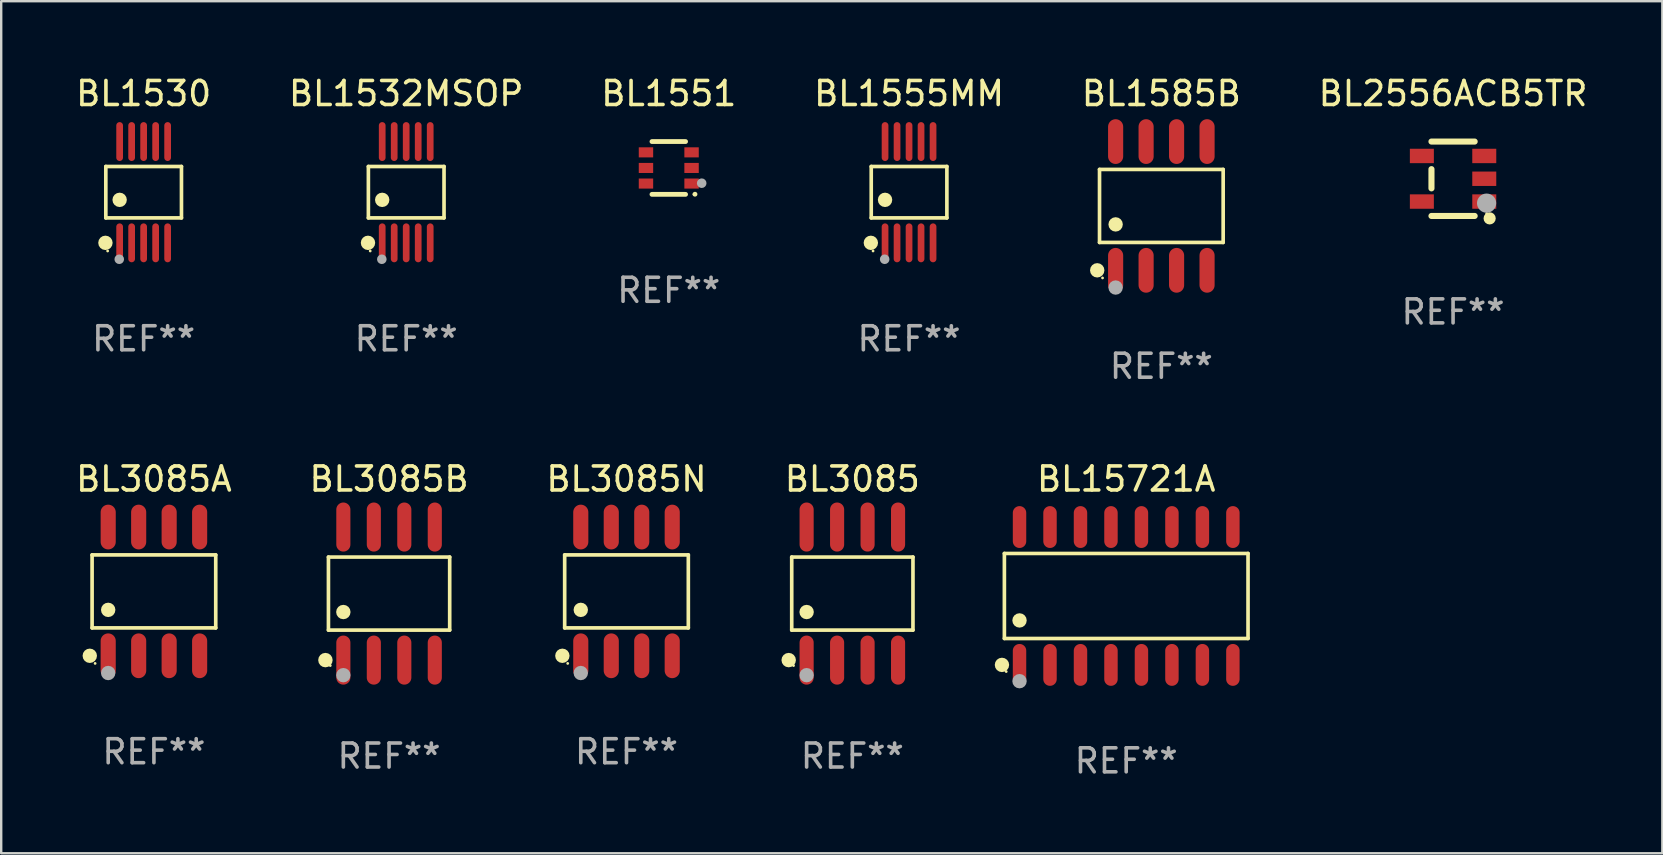
<source format=kicad_pcb>
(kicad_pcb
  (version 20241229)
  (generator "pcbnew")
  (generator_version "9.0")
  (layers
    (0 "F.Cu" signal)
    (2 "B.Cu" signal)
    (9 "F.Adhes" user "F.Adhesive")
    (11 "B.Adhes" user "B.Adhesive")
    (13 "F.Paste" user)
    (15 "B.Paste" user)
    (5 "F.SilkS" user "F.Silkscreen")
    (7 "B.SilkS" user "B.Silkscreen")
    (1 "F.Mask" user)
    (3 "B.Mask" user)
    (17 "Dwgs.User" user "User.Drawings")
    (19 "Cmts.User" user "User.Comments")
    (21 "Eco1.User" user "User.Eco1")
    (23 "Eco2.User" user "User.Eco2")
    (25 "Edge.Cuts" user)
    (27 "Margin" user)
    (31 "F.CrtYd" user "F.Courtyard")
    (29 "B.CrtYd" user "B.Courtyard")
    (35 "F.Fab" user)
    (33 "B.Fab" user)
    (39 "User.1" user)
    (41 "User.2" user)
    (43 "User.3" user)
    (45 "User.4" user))
  (footprint "BL3085N"
    (layer "F.Cu")
    (at 23.054 21.592)
    (property "Reference" "BL3085N" (at 0 -4.682 0) (layer "F.SilkS") (effects (font (size 1 1) (thickness 0.15))))
    (attr through_hole)
    (fp_line (start -2.576 -1.521) (end 2.576 -1.521) (stroke (width 0.152) (type solid)) (layer "F.SilkS"))
    (fp_line (start -2.576 1.521) (end -2.576 -1.521) (stroke (width 0.152) (type solid)) (layer "F.SilkS"))
    (fp_line (start 2.576 -1.521) (end 2.576 1.521) (stroke (width 0.152) (type solid)) (layer "F.SilkS"))
    (fp_line (start 2.576 1.521) (end -2.576 1.521) (stroke (width 0.152) (type solid)) (layer "F.SilkS"))
    (fp_circle (center -2.672 2.682) (end -2.522 2.682) (stroke (width 0.3) (type solid)) (fill no) (layer "F.SilkS"))
    (fp_circle (center -2.45 3) (end -2.42 3) (stroke (width 0.06) (type solid)) (fill no) (layer "F.SilkS"))
    (fp_circle (center -1.905 0.769) (end -1.755 0.769) (stroke (width 0.3) (type solid)) (fill no) (layer "F.SilkS"))
    (fp_circle (center -1.905 3.4) (end -1.755 3.4) (stroke (width 0.3) (type solid)) (fill no) (layer "F.Fab"))
    (fp_text user "REF**" (at 0 6.682 0) (layer "F.Fab") (effects (font (size 1 1) (thickness 0.15))))
    (pad "1" smd oval (at -1.905 2.682) (size 0.63 1.865) (layers "F.Cu" "F.Mask" "F.Paste"))
    (pad "2" smd oval (at -0.635 2.682) (size 0.63 1.865) (layers "F.Cu" "F.Mask" "F.Paste"))
    (pad "3" smd oval (at 0.635 2.682) (size 0.63 1.865) (layers "F.Cu" "F.Mask" "F.Paste"))
    (pad "4" smd oval (at 1.905 2.682) (size 0.63 1.865) (layers "F.Cu" "F.Mask" "F.Paste"))
    (pad "5" smd oval (at 1.905 -2.682) (size 0.63 1.865) (layers "F.Cu" "F.Mask" "F.Paste"))
    (pad "6" smd oval (at 0.635 -2.682) (size 0.63 1.865) (layers "F.Cu" "F.Mask" "F.Paste"))
    (pad "7" smd oval (at -0.635 -2.682) (size 0.63 1.865) (layers "F.Cu" "F.Mask" "F.Paste"))
    (pad "8" smd oval (at -1.905 -2.682) (size 0.63 1.865) (layers "F.Cu" "F.Mask" "F.Paste")))
  (footprint "BL1551"
    (layer "F.Cu")
    (at 24.815 3.948)
    (property "Reference" "BL1551" (at 0 -3.1 0) (layer "F.SilkS") (effects (font (size 1 1) (thickness 0.15))))
    (attr through_hole)
    (fp_line (start -0.7 -1.1) (end 0.7 -1.1) (stroke (width 0.2) (type solid)) (layer "F.SilkS"))
    (fp_line (start -0.7 1.1) (end 0.7 1.1) (stroke (width 0.2) (type solid)) (layer "F.SilkS"))
    (fp_arc (start 1.090932 1.094209) (mid 1.092202 1.094203) (end 1.093472 1.094209) (stroke (width 0.2) (type solid)) (layer "F.SilkS"))
    (fp_circle (center 1.053 1.1) (end 1.083 1.1) (stroke (width 0.06) (type solid)) (fill no) (layer "F.SilkS"))
    (fp_circle (center 1.372 0.635) (end 1.472 0.635) (stroke (width 0.2) (type solid)) (fill no) (layer "F.Fab"))
    (fp_text user "REF**" (at 0 5.1 0) (layer "F.Fab") (effects (font (size 1 1) (thickness 0.15))))
    (pad "1" smd rect (at 0.95 0.65 90) (size 0.42 0.6) (layers "F.Cu" "F.Mask" "F.Paste"))
    (pad "2" smd rect (at 0.95 0 90) (size 0.42 0.6) (layers "F.Cu" "F.Mask" "F.Paste"))
    (pad "3" smd rect (at 0.95 -0.65 90) (size 0.42 0.6) (layers "F.Cu" "F.Mask" "F.Paste"))
    (pad "4" smd rect (at -0.95 -0.65 270) (size 0.42 0.6) (layers "F.Cu" "F.Mask" "F.Paste"))
    (pad "5" smd rect (at -0.95 0 270) (size 0.42 0.6) (layers "F.Cu" "F.Mask" "F.Paste"))
    (pad "6" smd rect (at -0.95 0.65 270) (size 0.42 0.6) (layers "F.Cu" "F.Mask" "F.Paste")))
  (footprint "BL3085B"
    (layer "F.Cu")
    (at 13.161 21.682)
    (property "Reference" "BL3085B" (at 0 -4.772 0) (layer "F.SilkS") (effects (font (size 1 1) (thickness 0.15))))
    (attr through_hole)
    (fp_line (start -2.526 -1.521) (end 2.526 -1.521) (stroke (width 0.152) (type solid)) (layer "F.SilkS"))
    (fp_line (start -2.526 1.521) (end -2.526 -1.521) (stroke (width 0.152) (type solid)) (layer "F.SilkS"))
    (fp_line (start 2.526 -1.521) (end 2.526 1.521) (stroke (width 0.152) (type solid)) (layer "F.SilkS"))
    (fp_line (start 2.526 1.521) (end -2.526 1.521) (stroke (width 0.152) (type solid)) (layer "F.SilkS"))
    (fp_circle (center -2.652 2.772) (end -2.501 2.772) (stroke (width 0.3) (type solid)) (fill no) (layer "F.SilkS"))
    (fp_circle (center -2.45 3) (end -2.42 3) (stroke (width 0.06) (type solid)) (fill no) (layer "F.SilkS"))
    (fp_circle (center -1.905 0.769) (end -1.755 0.769) (stroke (width 0.3) (type solid)) (fill no) (layer "F.SilkS"))
    (fp_circle (center -1.905 3.4) (end -1.755 3.4) (stroke (width 0.3) (type solid)) (fill no) (layer "F.Fab"))
    (fp_text user "REF**" (at 0 6.772 0) (layer "F.Fab") (effects (font (size 1 1) (thickness 0.15))))
    (pad "1" smd oval (at -1.905 2.772) (size 0.588 2.045) (layers "F.Cu" "F.Mask" "F.Paste"))
    (pad "2" smd oval (at -0.635 2.772) (size 0.588 2.045) (layers "F.Cu" "F.Mask" "F.Paste"))
    (pad "3" smd oval (at 0.635 2.772) (size 0.588 2.045) (layers "F.Cu" "F.Mask" "F.Paste"))
    (pad "4" smd oval (at 1.905 2.772) (size 0.588 2.045) (layers "F.Cu" "F.Mask" "F.Paste"))
    (pad "5" smd oval (at 1.905 -2.772) (size 0.588 2.045) (layers "F.Cu" "F.Mask" "F.Paste"))
    (pad "6" smd oval (at 0.635 -2.772) (size 0.588 2.045) (layers "F.Cu" "F.Mask" "F.Paste"))
    (pad "7" smd oval (at -0.635 -2.772) (size 0.588 2.045) (layers "F.Cu" "F.Mask" "F.Paste"))
    (pad "8" smd oval (at -1.905 -2.772) (size 0.588 2.045) (layers "F.Cu" "F.Mask" "F.Paste")))
  (footprint "BL1532MSOP"
    (layer "F.Cu")
    (at 13.875 4.958)
    (property "Reference" "BL1532MSOP" (at 0 -4.11 0) (layer "F.SilkS") (effects (font (size 1 1) (thickness 0.15))))
    (attr through_hole)
    (fp_line (start -1.576 -1.071) (end 1.576 -1.071) (stroke (width 0.152) (type solid)) (layer "F.SilkS"))
    (fp_line (start -1.576 1.071) (end -1.576 -1.071) (stroke (width 0.152) (type solid)) (layer "F.SilkS"))
    (fp_line (start 1.576 -1.071) (end 1.576 1.071) (stroke (width 0.152) (type solid)) (layer "F.SilkS"))
    (fp_line (start 1.576 1.071) (end -1.576 1.071) (stroke (width 0.152) (type solid)) (layer "F.SilkS"))
    (fp_circle (center -1.592 2.11) (end -1.442 2.11) (stroke (width 0.3) (type solid)) (fill no) (layer "F.SilkS"))
    (fp_circle (center -1.5 2.45) (end -1.47 2.45) (stroke (width 0.06) (type solid)) (fill no) (layer "F.SilkS"))
    (fp_circle (center -1 0.319) (end -0.85 0.319) (stroke (width 0.3) (type solid)) (fill no) (layer "F.SilkS"))
    (fp_circle (center -1.016 2.794) (end -0.916 2.794) (stroke (width 0.2) (type solid)) (fill no) (layer "F.Fab"))
    (fp_text user "REF**" (at 0 6.11 0) (layer "F.Fab") (effects (font (size 1 1) (thickness 0.15))))
    (pad "1" smd oval (at -1 2.11) (size 0.28 1.62) (layers "F.Cu" "F.Mask" "F.Paste"))
    (pad "2" smd oval (at -0.5 2.11) (size 0.28 1.62) (layers "F.Cu" "F.Mask" "F.Paste"))
    (pad "3" smd oval (at 0 2.11) (size 0.28 1.62) (layers "F.Cu" "F.Mask" "F.Paste"))
    (pad "4" smd oval (at 0.5 2.11) (size 0.28 1.62) (layers "F.Cu" "F.Mask" "F.Paste"))
    (pad "5" smd oval (at 1 2.11) (size 0.28 1.62) (layers "F.Cu" "F.Mask" "F.Paste"))
    (pad "6" smd oval (at 1 -2.11) (size 0.28 1.62) (layers "F.Cu" "F.Mask" "F.Paste"))
    (pad "7" smd oval (at 0.5 -2.11) (size 0.28 1.62) (layers "F.Cu" "F.Mask" "F.Paste"))
    (pad "8" smd oval (at 0 -2.11) (size 0.28 1.62) (layers "F.Cu" "F.Mask" "F.Paste"))
    (pad "9" smd oval (at -0.5 -2.11) (size 0.28 1.62) (layers "F.Cu" "F.Mask" "F.Paste"))
    (pad "10" smd oval (at -1 -2.11) (size 0.28 1.62) (layers "F.Cu" "F.Mask" "F.Paste")))
  (footprint "BL3085"
    (layer "F.Cu")
    (at 32.464 21.682)
    (property "Reference" "BL3085" (at 0 -4.772 0) (layer "F.SilkS") (effects (font (size 1 1) (thickness 0.15))))
    (attr through_hole)
    (fp_line (start -2.526 -1.521) (end 2.526 -1.521) (stroke (width 0.152) (type solid)) (layer "F.SilkS"))
    (fp_line (start -2.526 1.521) (end -2.526 -1.521) (stroke (width 0.152) (type solid)) (layer "F.SilkS"))
    (fp_line (start 2.526 -1.521) (end 2.526 1.521) (stroke (width 0.152) (type solid)) (layer "F.SilkS"))
    (fp_line (start 2.526 1.521) (end -2.526 1.521) (stroke (width 0.152) (type solid)) (layer "F.SilkS"))
    (fp_circle (center -2.652 2.772) (end -2.501 2.772) (stroke (width 0.3) (type solid)) (fill no) (layer "F.SilkS"))
    (fp_circle (center -2.45 3) (end -2.42 3) (stroke (width 0.06) (type solid)) (fill no) (layer "F.SilkS"))
    (fp_circle (center -1.905 0.769) (end -1.755 0.769) (stroke (width 0.3) (type solid)) (fill no) (layer "F.SilkS"))
    (fp_circle (center -1.905 3.4) (end -1.755 3.4) (stroke (width 0.3) (type solid)) (fill no) (layer "F.Fab"))
    (fp_text user "REF**" (at 0 6.772 0) (layer "F.Fab") (effects (font (size 1 1) (thickness 0.15))))
    (pad "1" smd oval (at -1.905 2.772) (size 0.588 2.045) (layers "F.Cu" "F.Mask" "F.Paste"))
    (pad "2" smd oval (at -0.635 2.772) (size 0.588 2.045) (layers "F.Cu" "F.Mask" "F.Paste"))
    (pad "3" smd oval (at 0.635 2.772) (size 0.588 2.045) (layers "F.Cu" "F.Mask" "F.Paste"))
    (pad "4" smd oval (at 1.905 2.772) (size 0.588 2.045) (layers "F.Cu" "F.Mask" "F.Paste"))
    (pad "5" smd oval (at 1.905 -2.772) (size 0.588 2.045) (layers "F.Cu" "F.Mask" "F.Paste"))
    (pad "6" smd oval (at 0.635 -2.772) (size 0.588 2.045) (layers "F.Cu" "F.Mask" "F.Paste"))
    (pad "7" smd oval (at -0.635 -2.772) (size 0.588 2.045) (layers "F.Cu" "F.Mask" "F.Paste"))
    (pad "8" smd oval (at -1.905 -2.772) (size 0.588 2.045) (layers "F.Cu" "F.Mask" "F.Paste")))
  (footprint "BL1585B"
    (layer "F.Cu")
    (at 45.339 5.531)
    (property "Reference" "BL1585B" (at 0 -4.682 0) (layer "F.SilkS") (effects (font (size 1 1) (thickness 0.15))))
    (attr through_hole)
    (fp_line (start -2.576 -1.521) (end 2.576 -1.521) (stroke (width 0.152) (type solid)) (layer "F.SilkS"))
    (fp_line (start -2.576 1.521) (end -2.576 -1.521) (stroke (width 0.152) (type solid)) (layer "F.SilkS"))
    (fp_line (start 2.576 -1.521) (end 2.576 1.521) (stroke (width 0.152) (type solid)) (layer "F.SilkS"))
    (fp_line (start 2.576 1.521) (end -2.576 1.521) (stroke (width 0.152) (type solid)) (layer "F.SilkS"))
    (fp_circle (center -2.672 2.682) (end -2.522 2.682) (stroke (width 0.3) (type solid)) (fill no) (layer "F.SilkS"))
    (fp_circle (center -2.45 3) (end -2.42 3) (stroke (width 0.06) (type solid)) (fill no) (layer "F.SilkS"))
    (fp_circle (center -1.905 0.769) (end -1.755 0.769) (stroke (width 0.3) (type solid)) (fill no) (layer "F.SilkS"))
    (fp_circle (center -1.905 3.4) (end -1.755 3.4) (stroke (width 0.3) (type solid)) (fill no) (layer "F.Fab"))
    (fp_text user "REF**" (at 0 6.682 0) (layer "F.Fab") (effects (font (size 1 1) (thickness 0.15))))
    (pad "1" smd oval (at -1.905 2.682) (size 0.63 1.865) (layers "F.Cu" "F.Mask" "F.Paste"))
    (pad "2" smd oval (at -0.635 2.682) (size 0.63 1.865) (layers "F.Cu" "F.Mask" "F.Paste"))
    (pad "3" smd oval (at 0.635 2.682) (size 0.63 1.865) (layers "F.Cu" "F.Mask" "F.Paste"))
    (pad "4" smd oval (at 1.905 2.682) (size 0.63 1.865) (layers "F.Cu" "F.Mask" "F.Paste"))
    (pad "5" smd oval (at 1.905 -2.682) (size 0.63 1.865) (layers "F.Cu" "F.Mask" "F.Paste"))
    (pad "6" smd oval (at 0.635 -2.682) (size 0.63 1.865) (layers "F.Cu" "F.Mask" "F.Paste"))
    (pad "7" smd oval (at -0.635 -2.682) (size 0.63 1.865) (layers "F.Cu" "F.Mask" "F.Paste"))
    (pad "8" smd oval (at -1.905 -2.682) (size 0.63 1.865) (layers "F.Cu" "F.Mask" "F.Paste")))
  (footprint "BL2556ACB5TR"
    (layer "F.Cu")
    (at 57.494 4.398)
    (property "Reference" "BL2556ACB5TR" (at 0 -3.55 0) (layer "F.SilkS") (effects (font (size 1 1) (thickness 0.15))))
    (attr through_hole)
    (fp_line (start -0.9 -1.55) (end 0.9 -1.55) (stroke (width 0.254) (type solid)) (layer "F.SilkS"))
    (fp_line (start -0.9 0.4) (end -0.9 -0.4) (stroke (width 0.254) (type solid)) (layer "F.SilkS"))
    (fp_line (start -0.9 1.55) (end 0.9 1.55) (stroke (width 0.254) (type solid)) (layer "F.SilkS"))
    (fp_circle (center 1.4 1.45) (end 1.43 1.45) (stroke (width 0.06) (type solid)) (fill no) (layer "F.SilkS"))
    (fp_circle (center 1.524 1.651) (end 1.651 1.651) (stroke (width 0.254) (type solid)) (fill no) (layer "F.SilkS"))
    (fp_circle (center 1.397 1.016) (end 1.597 1.016) (stroke (width 0.4) (type solid)) (fill no) (layer "F.Fab"))
    (fp_text user "REF**" (at 0 5.55 0) (layer "F.Fab") (effects (font (size 1 1) (thickness 0.15))))
    (pad "1" smd rect (at 1.3 0.95) (size 1 0.6) (layers "F.Cu" "F.Mask" "F.Paste"))
    (pad "2" smd rect (at 1.3 -0.000051) (size 1 0.6) (layers "F.Cu" "F.Mask" "F.Paste"))
    (pad "3" smd rect (at 1.3 -0.95) (size 1 0.6) (layers "F.Cu" "F.Mask" "F.Paste"))
    (pad "4" smd rect (at -1.3 -0.95) (size 1 0.6) (layers "F.Cu" "F.Mask" "F.Paste"))
    (pad "5" smd rect (at -1.3 0.95) (size 1 0.6) (layers "F.Cu" "F.Mask" "F.Paste")))
  (footprint "BL15721A"
    (layer "F.Cu")
    (at 43.875 21.782)
    (property "Reference" "BL15721A" (at 0 -4.872 0) (layer "F.SilkS") (effects (font (size 1 1) (thickness 0.15))))
    (attr through_hole)
    (fp_line (start -5.076 -1.771) (end 5.076 -1.771) (stroke (width 0.152) (type solid)) (layer "F.SilkS"))
    (fp_line (start -5.076 1.771) (end -5.076 -1.771) (stroke (width 0.152) (type solid)) (layer "F.SilkS"))
    (fp_line (start 5.076 -1.771) (end 5.076 1.771) (stroke (width 0.152) (type solid)) (layer "F.SilkS"))
    (fp_line (start 5.076 1.771) (end -5.076 1.771) (stroke (width 0.152) (type solid)) (layer "F.SilkS"))
    (fp_circle (center -5.177 2.872) (end -5.027 2.872) (stroke (width 0.3) (type solid)) (fill no) (layer "F.SilkS"))
    (fp_circle (center -5 3.15) (end -4.97 3.15) (stroke (width 0.06) (type solid)) (fill no) (layer "F.SilkS"))
    (fp_circle (center -4.445 1.019) (end -4.295 1.019) (stroke (width 0.3) (type solid)) (fill no) (layer "F.SilkS"))
    (fp_circle (center -4.445 3.55) (end -4.295 3.55) (stroke (width 0.3) (type solid)) (fill no) (layer "F.Fab"))
    (fp_text user "REF**" (at 0 6.872 0) (layer "F.Fab") (effects (font (size 1 1) (thickness 0.15))))
    (pad "1" smd oval (at -4.445 2.872) (size 0.56 1.745) (layers "F.Cu" "F.Mask" "F.Paste"))
    (pad "2" smd oval (at -3.175 2.872) (size 0.56 1.745) (layers "F.Cu" "F.Mask" "F.Paste"))
    (pad "3" smd oval (at -1.905 2.872) (size 0.56 1.745) (layers "F.Cu" "F.Mask" "F.Paste"))
    (pad "4" smd oval (at -0.635 2.872) (size 0.56 1.745) (layers "F.Cu" "F.Mask" "F.Paste"))
    (pad "5" smd oval (at 0.635 2.872) (size 0.56 1.745) (layers "F.Cu" "F.Mask" "F.Paste"))
    (pad "6" smd oval (at 1.905 2.872) (size 0.56 1.745) (layers "F.Cu" "F.Mask" "F.Paste"))
    (pad "7" smd oval (at 3.175 2.872) (size 0.56 1.745) (layers "F.Cu" "F.Mask" "F.Paste"))
    (pad "8" smd oval (at 4.445 2.872) (size 0.56 1.745) (layers "F.Cu" "F.Mask" "F.Paste"))
    (pad "9" smd oval (at 4.445 -2.872) (size 0.56 1.745) (layers "F.Cu" "F.Mask" "F.Paste"))
    (pad "10" smd oval (at 3.175 -2.872) (size 0.56 1.745) (layers "F.Cu" "F.Mask" "F.Paste"))
    (pad "11" smd oval (at 1.905 -2.872) (size 0.56 1.745) (layers "F.Cu" "F.Mask" "F.Paste"))
    (pad "12" smd oval (at 0.635 -2.872) (size 0.56 1.745) (layers "F.Cu" "F.Mask" "F.Paste"))
    (pad "13" smd oval (at -0.635 -2.872) (size 0.56 1.745) (layers "F.Cu" "F.Mask" "F.Paste"))
    (pad "14" smd oval (at -1.905 -2.872) (size 0.56 1.745) (layers "F.Cu" "F.Mask" "F.Paste"))
    (pad "15" smd oval (at -3.175 -2.872) (size 0.56 1.745) (layers "F.Cu" "F.Mask" "F.Paste"))
    (pad "16" smd oval (at -4.445 -2.872) (size 0.56 1.745) (layers "F.Cu" "F.Mask" "F.Paste")))
  (footprint "BL3085A"
    (layer "F.Cu")
    (at 3.363 21.592)
    (property "Reference" "BL3085A" (at 0 -4.682 0) (layer "F.SilkS") (effects (font (size 1 1) (thickness 0.15))))
    (attr through_hole)
    (fp_line (start -2.576 -1.521) (end 2.576 -1.521) (stroke (width 0.152) (type solid)) (layer "F.SilkS"))
    (fp_line (start -2.576 1.521) (end -2.576 -1.521) (stroke (width 0.152) (type solid)) (layer "F.SilkS"))
    (fp_line (start 2.576 -1.521) (end 2.576 1.521) (stroke (width 0.152) (type solid)) (layer "F.SilkS"))
    (fp_line (start 2.576 1.521) (end -2.576 1.521) (stroke (width 0.152) (type solid)) (layer "F.SilkS"))
    (fp_circle (center -2.672 2.682) (end -2.522 2.682) (stroke (width 0.3) (type solid)) (fill no) (layer "F.SilkS"))
    (fp_circle (center -2.45 3) (end -2.42 3) (stroke (width 0.06) (type solid)) (fill no) (layer "F.SilkS"))
    (fp_circle (center -1.905 0.769) (end -1.755 0.769) (stroke (width 0.3) (type solid)) (fill no) (layer "F.SilkS"))
    (fp_circle (center -1.905 3.4) (end -1.755 3.4) (stroke (width 0.3) (type solid)) (fill no) (layer "F.Fab"))
    (fp_text user "REF**" (at 0 6.682 0) (layer "F.Fab") (effects (font (size 1 1) (thickness 0.15))))
    (pad "1" smd oval (at -1.905 2.682) (size 0.63 1.865) (layers "F.Cu" "F.Mask" "F.Paste"))
    (pad "2" smd oval (at -0.635 2.682) (size 0.63 1.865) (layers "F.Cu" "F.Mask" "F.Paste"))
    (pad "3" smd oval (at 0.635 2.682) (size 0.63 1.865) (layers "F.Cu" "F.Mask" "F.Paste"))
    (pad "4" smd oval (at 1.905 2.682) (size 0.63 1.865) (layers "F.Cu" "F.Mask" "F.Paste"))
    (pad "5" smd oval (at 1.905 -2.682) (size 0.63 1.865) (layers "F.Cu" "F.Mask" "F.Paste"))
    (pad "6" smd oval (at 0.635 -2.682) (size 0.63 1.865) (layers "F.Cu" "F.Mask" "F.Paste"))
    (pad "7" smd oval (at -0.635 -2.682) (size 0.63 1.865) (layers "F.Cu" "F.Mask" "F.Paste"))
    (pad "8" smd oval (at -1.905 -2.682) (size 0.63 1.865) (layers "F.Cu" "F.Mask" "F.Paste")))
  (footprint "BL1530"
    (layer "F.Cu")
    (at 2.935 4.958)
    (property "Reference" "BL1530" (at 0 -4.11 0) (layer "F.SilkS") (effects (font (size 1 1) (thickness 0.15))))
    (attr through_hole)
    (fp_line (start -1.576 -1.071) (end 1.576 -1.071) (stroke (width 0.152) (type solid)) (layer "F.SilkS"))
    (fp_line (start -1.576 1.071) (end -1.576 -1.071) (stroke (width 0.152) (type solid)) (layer "F.SilkS"))
    (fp_line (start 1.576 -1.071) (end 1.576 1.071) (stroke (width 0.152) (type solid)) (layer "F.SilkS"))
    (fp_line (start 1.576 1.071) (end -1.576 1.071) (stroke (width 0.152) (type solid)) (layer "F.SilkS"))
    (fp_circle (center -1.592 2.11) (end -1.442 2.11) (stroke (width 0.3) (type solid)) (fill no) (layer "F.SilkS"))
    (fp_circle (center -1.5 2.45) (end -1.47 2.45) (stroke (width 0.06) (type solid)) (fill no) (layer "F.SilkS"))
    (fp_circle (center -1 0.319) (end -0.85 0.319) (stroke (width 0.3) (type solid)) (fill no) (layer "F.SilkS"))
    (fp_circle (center -1.016 2.794) (end -0.916 2.794) (stroke (width 0.2) (type solid)) (fill no) (layer "F.Fab"))
    (fp_text user "REF**" (at 0 6.11 0) (layer "F.Fab") (effects (font (size 1 1) (thickness 0.15))))
    (pad "1" smd oval (at -1 2.11) (size 0.28 1.62) (layers "F.Cu" "F.Mask" "F.Paste"))
    (pad "2" smd oval (at -0.5 2.11) (size 0.28 1.62) (layers "F.Cu" "F.Mask" "F.Paste"))
    (pad "3" smd oval (at 0 2.11) (size 0.28 1.62) (layers "F.Cu" "F.Mask" "F.Paste"))
    (pad "4" smd oval (at 0.5 2.11) (size 0.28 1.62) (layers "F.Cu" "F.Mask" "F.Paste"))
    (pad "5" smd oval (at 1 2.11) (size 0.28 1.62) (layers "F.Cu" "F.Mask" "F.Paste"))
    (pad "6" smd oval (at 1 -2.11) (size 0.28 1.62) (layers "F.Cu" "F.Mask" "F.Paste"))
    (pad "7" smd oval (at 0.5 -2.11) (size 0.28 1.62) (layers "F.Cu" "F.Mask" "F.Paste"))
    (pad "8" smd oval (at 0 -2.11) (size 0.28 1.62) (layers "F.Cu" "F.Mask" "F.Paste"))
    (pad "9" smd oval (at -0.5 -2.11) (size 0.28 1.62) (layers "F.Cu" "F.Mask" "F.Paste"))
    (pad "10" smd oval (at -1 -2.11) (size 0.28 1.62) (layers "F.Cu" "F.Mask" "F.Paste")))
  (footprint "BL1555MM"
    (layer "F.Cu")
    (at 34.827 4.958)
    (property "Reference" "BL1555MM" (at 0 -4.11 0) (layer "F.SilkS") (effects (font (size 1 1) (thickness 0.15))))
    (attr through_hole)
    (fp_line (start -1.576 -1.071) (end 1.576 -1.071) (stroke (width 0.152) (type solid)) (layer "F.SilkS"))
    (fp_line (start -1.576 1.071) (end -1.576 -1.071) (stroke (width 0.152) (type solid)) (layer "F.SilkS"))
    (fp_line (start 1.576 -1.071) (end 1.576 1.071) (stroke (width 0.152) (type solid)) (layer "F.SilkS"))
    (fp_line (start 1.576 1.071) (end -1.576 1.071) (stroke (width 0.152) (type solid)) (layer "F.SilkS"))
    (fp_circle (center -1.592 2.11) (end -1.442 2.11) (stroke (width 0.3) (type solid)) (fill no) (layer "F.SilkS"))
    (fp_circle (center -1.5 2.45) (end -1.47 2.45) (stroke (width 0.06) (type solid)) (fill no) (layer "F.SilkS"))
    (fp_circle (center -1 0.319) (end -0.85 0.319) (stroke (width 0.3) (type solid)) (fill no) (layer "F.SilkS"))
    (fp_circle (center -1.016 2.794) (end -0.916 2.794) (stroke (width 0.2) (type solid)) (fill no) (layer "F.Fab"))
    (fp_text user "REF**" (at 0 6.11 0) (layer "F.Fab") (effects (font (size 1 1) (thickness 0.15))))
    (pad "1" smd oval (at -1 2.11) (size 0.28 1.62) (layers "F.Cu" "F.Mask" "F.Paste"))
    (pad "2" smd oval (at -0.5 2.11) (size 0.28 1.62) (layers "F.Cu" "F.Mask" "F.Paste"))
    (pad "3" smd oval (at 0 2.11) (size 0.28 1.62) (layers "F.Cu" "F.Mask" "F.Paste"))
    (pad "4" smd oval (at 0.5 2.11) (size 0.28 1.62) (layers "F.Cu" "F.Mask" "F.Paste"))
    (pad "5" smd oval (at 1 2.11) (size 0.28 1.62) (layers "F.Cu" "F.Mask" "F.Paste"))
    (pad "6" smd oval (at 1 -2.11) (size 0.28 1.62) (layers "F.Cu" "F.Mask" "F.Paste"))
    (pad "7" smd oval (at 0.5 -2.11) (size 0.28 1.62) (layers "F.Cu" "F.Mask" "F.Paste"))
    (pad "8" smd oval (at 0 -2.11) (size 0.28 1.62) (layers "F.Cu" "F.Mask" "F.Paste"))
    (pad "9" smd oval (at -0.5 -2.11) (size 0.28 1.62) (layers "F.Cu" "F.Mask" "F.Paste"))
    (pad "10" smd oval (at -1 -2.11) (size 0.28 1.62) (layers "F.Cu" "F.Mask" "F.Paste")))
  (gr_rect
    (start -3 -3)
    (end 66.214 32.503)
    (stroke (width 0.1) (type default))
    (fill no)
    (layer "Edge.Cuts")))
</source>
